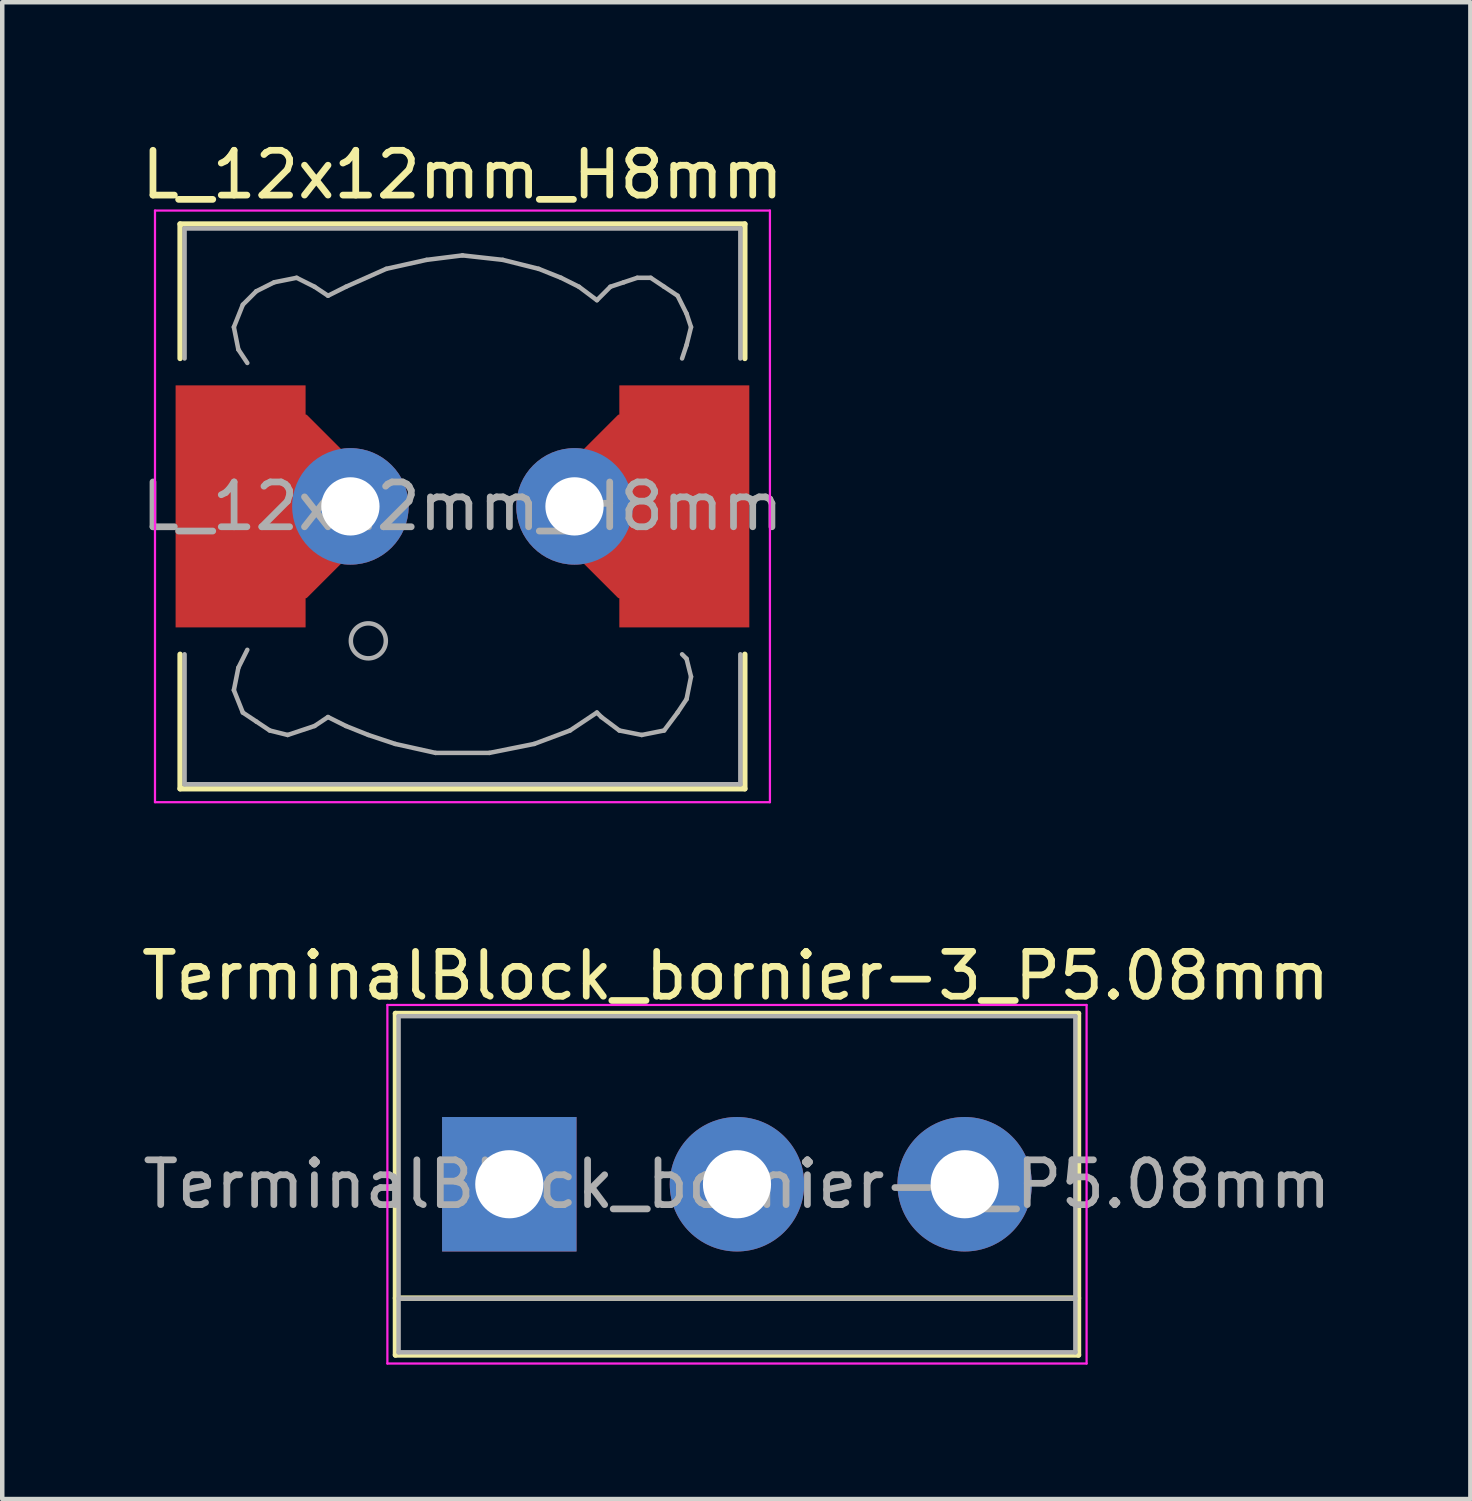
<source format=kicad_pcb>
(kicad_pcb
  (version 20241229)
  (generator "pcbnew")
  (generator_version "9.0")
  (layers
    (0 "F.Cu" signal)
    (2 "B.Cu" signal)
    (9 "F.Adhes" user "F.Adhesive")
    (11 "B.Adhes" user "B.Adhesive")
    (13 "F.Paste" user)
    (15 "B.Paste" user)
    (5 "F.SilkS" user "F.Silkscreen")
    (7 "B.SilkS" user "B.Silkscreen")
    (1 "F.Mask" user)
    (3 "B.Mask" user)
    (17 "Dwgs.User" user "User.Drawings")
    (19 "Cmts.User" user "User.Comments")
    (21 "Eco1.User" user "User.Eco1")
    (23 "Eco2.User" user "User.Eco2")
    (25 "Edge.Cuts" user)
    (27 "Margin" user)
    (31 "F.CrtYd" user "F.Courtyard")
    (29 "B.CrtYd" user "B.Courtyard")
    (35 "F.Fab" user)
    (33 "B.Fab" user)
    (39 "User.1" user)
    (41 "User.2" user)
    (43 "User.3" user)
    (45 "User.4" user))
  (footprint "TerminalBlock_bornier-3_P5.08mm"
    (layer "F.Cu")
    (at 8.313 23.372)
    (property "Reference" "TerminalBlock_bornier-3_P5.08mm" (at 5.05 -4.65 0) (layer "F.SilkS") (effects (font (size 1 1) (thickness 0.15))))
    (attr through_hole)
    (fp_line (start -2.54 -3.81) (end 12.7 -3.81) (stroke (width 0.12) (type solid)) (layer "F.SilkS"))
    (fp_line (start -2.54 2.54) (end 12.7 2.54) (stroke (width 0.12) (type solid)) (layer "F.SilkS"))
    (fp_line (start -2.54 3.81) (end -2.54 -3.81) (stroke (width 0.12) (type solid)) (layer "F.SilkS"))
    (fp_line (start -2.54 3.81) (end 12.7 3.81) (stroke (width 0.12) (type solid)) (layer "F.SilkS"))
    (fp_line (start 12.7 3.81) (end 12.7 -3.81) (stroke (width 0.12) (type solid)) (layer "F.SilkS"))
    (fp_line (start -2.72 -4) (end -2.72 4) (stroke (width 0.05) (type solid)) (layer "F.CrtYd"))
    (fp_line (start -2.72 -4) (end 12.88 -4) (stroke (width 0.05) (type solid)) (layer "F.CrtYd"))
    (fp_line (start 12.88 4) (end -2.72 4) (stroke (width 0.05) (type solid)) (layer "F.CrtYd"))
    (fp_line (start 12.88 4) (end 12.88 -4) (stroke (width 0.05) (type solid)) (layer "F.CrtYd"))
    (fp_line (start -2.47 -3.75) (end 12.63 -3.75) (stroke (width 0.1) (type solid)) (layer "F.Fab"))
    (fp_line (start -2.47 2.55) (end 12.63 2.55) (stroke (width 0.1) (type solid)) (layer "F.Fab"))
    (fp_line (start -2.47 3.75) (end -2.47 -3.75) (stroke (width 0.1) (type solid)) (layer "F.Fab"))
    (fp_line (start 12.63 -3.75) (end 12.63 3.75) (stroke (width 0.1) (type solid)) (layer "F.Fab"))
    (fp_line (start 12.63 3.75) (end -2.47 3.75) (stroke (width 0.1) (type solid)) (layer "F.Fab"))
    (fp_text user "${REFERENCE}" (at 5.08 0 0) (layer "F.Fab") (effects (font (size 1 1) (thickness 0.15))))
    (pad "1" thru_hole rect (at 0 0) (size 3 3) (drill 1.52) (layers "*.Cu" "*.Mask"))
    (pad "2" thru_hole circle (at 5.08 0) (size 3 3) (drill 1.52) (layers "*.Cu" "*.Mask"))
    (pad "3" thru_hole circle (at 10.16 0) (size 3 3) (drill 1.52) (layers "*.Cu" "*.Mask")))
  (footprint "L_12x12mm_H8mm"
    (layer "F.Cu")
    (at 7.268 8.248)
    (property "Reference" "L_12x12mm_H8mm" (at 0 -7.4 0) (layer "F.SilkS") (effects (font (size 1 1) (thickness 0.15))))
    (attr smd)
    (fp_poly (pts (xy -2.5 -1) (xy -3.5 -0.5) (xy -3.5 -2)) (stroke (width 0.1) (type solid)) (fill yes) (layer "F.Cu"))
    (fp_poly (pts (xy -2.5 1) (xy -3.5 2) (xy -3.5 0.5)) (stroke (width 0.1) (type solid)) (fill yes) (layer "F.Cu"))
    (fp_poly (pts (xy 3.5 -0.5) (xy 2.5 -1) (xy 3.5 -2)) (stroke (width 0.1) (type solid)) (fill yes) (layer "F.Cu"))
    (fp_poly (pts (xy 3.5 2) (xy 2.5 1) (xy 3.5 0.5)) (stroke (width 0.1) (type solid)) (fill yes) (layer "F.Cu"))
    (fp_line (start -6.3 -6.3) (end 6.3 -6.3) (stroke (width 0.12) (type solid)) (layer "F.SilkS"))
    (fp_line (start -6.3 -3.3) (end -6.3 -6.3) (stroke (width 0.12) (type solid)) (layer "F.SilkS"))
    (fp_line (start -6.3 6.3) (end -6.3 3.3) (stroke (width 0.12) (type solid)) (layer "F.SilkS"))
    (fp_line (start 6.3 -6.3) (end 6.3 -3.3) (stroke (width 0.12) (type solid)) (layer "F.SilkS"))
    (fp_line (start 6.3 3.3) (end 6.3 6.3) (stroke (width 0.12) (type solid)) (layer "F.SilkS"))
    (fp_line (start 6.3 6.3) (end -6.3 6.3) (stroke (width 0.12) (type solid)) (layer "F.SilkS"))
    (fp_line (start -6.86 -6.6) (end 6.86 -6.6) (stroke (width 0.05) (type solid)) (layer "F.CrtYd"))
    (fp_line (start -6.86 6.6) (end -6.86 -6.6) (stroke (width 0.05) (type solid)) (layer "F.CrtYd"))
    (fp_line (start 6.86 -6.6) (end 6.86 6.6) (stroke (width 0.05) (type solid)) (layer "F.CrtYd"))
    (fp_line (start 6.86 6.6) (end -6.86 6.6) (stroke (width 0.05) (type solid)) (layer "F.CrtYd"))
    (fp_line (start -6.2 -6.2) (end -6.2 -3.3) (stroke (width 0.1) (type solid)) (layer "F.Fab"))
    (fp_line (start -6.2 3.3) (end -6.2 6.2) (stroke (width 0.1) (type solid)) (layer "F.Fab"))
    (fp_line (start -6.2 6.2) (end 6.2 6.2) (stroke (width 0.1) (type solid)) (layer "F.Fab"))
    (fp_line (start -5.1 -4) (end -5 -3.5) (stroke (width 0.1) (type solid)) (layer "F.Fab"))
    (fp_line (start -5.1 4.1) (end -5 3.6) (stroke (width 0.1) (type solid)) (layer "F.Fab"))
    (fp_line (start -5 -3.5) (end -4.8 -3.2) (stroke (width 0.1) (type solid)) (layer "F.Fab"))
    (fp_line (start -5 3.6) (end -4.8 3.2) (stroke (width 0.1) (type solid)) (layer "F.Fab"))
    (fp_line (start -4.9 -4.5) (end -5.1 -4) (stroke (width 0.1) (type solid)) (layer "F.Fab"))
    (fp_line (start -4.9 4.6) (end -5.1 4.1) (stroke (width 0.1) (type solid)) (layer "F.Fab"))
    (fp_line (start -4.6 -4.8) (end -4.9 -4.5) (stroke (width 0.1) (type solid)) (layer "F.Fab"))
    (fp_line (start -4.6 4.8) (end -4.9 4.6) (stroke (width 0.1) (type solid)) (layer "F.Fab"))
    (fp_line (start -4.3 5) (end -4.6 4.8) (stroke (width 0.1) (type solid)) (layer "F.Fab"))
    (fp_line (start -4.2 -5) (end -4.6 -4.8) (stroke (width 0.1) (type solid)) (layer "F.Fab"))
    (fp_line (start -3.9 5.1) (end -4.3 5) (stroke (width 0.1) (type solid)) (layer "F.Fab"))
    (fp_line (start -3.7 -5.1) (end -4.2 -5) (stroke (width 0.1) (type solid)) (layer "F.Fab"))
    (fp_line (start -3.3 -4.9) (end -3.7 -5.1) (stroke (width 0.1) (type solid)) (layer "F.Fab"))
    (fp_line (start -3.3 4.9) (end -3.9 5.1) (stroke (width 0.1) (type solid)) (layer "F.Fab"))
    (fp_line (start -3 -4.7) (end -3.3 -4.9) (stroke (width 0.1) (type solid)) (layer "F.Fab"))
    (fp_line (start -3 4.7) (end -3.3 4.9) (stroke (width 0.1) (type solid)) (layer "F.Fab"))
    (fp_line (start -2.6 -4.9) (end -3 -4.7) (stroke (width 0.1) (type solid)) (layer "F.Fab"))
    (fp_line (start -2.6 4.9) (end -3 4.7) (stroke (width 0.1) (type solid)) (layer "F.Fab"))
    (fp_line (start -2.1 5.1) (end -2.6 4.9) (stroke (width 0.1) (type solid)) (layer "F.Fab"))
    (fp_line (start -1.7 -5.3) (end -2.6 -4.9) (stroke (width 0.1) (type solid)) (layer "F.Fab"))
    (fp_line (start -1.5 5.3) (end -2.1 5.1) (stroke (width 0.1) (type solid)) (layer "F.Fab"))
    (fp_line (start -0.8 -5.5) (end -1.7 -5.3) (stroke (width 0.1) (type solid)) (layer "F.Fab"))
    (fp_line (start -0.6 5.5) (end -1.5 5.3) (stroke (width 0.1) (type solid)) (layer "F.Fab"))
    (fp_line (start 0 -5.6) (end -0.8 -5.5) (stroke (width 0.1) (type solid)) (layer "F.Fab"))
    (fp_line (start 0.6 5.5) (end -0.6 5.5) (stroke (width 0.1) (type solid)) (layer "F.Fab"))
    (fp_line (start 0.9 -5.5) (end 0 -5.6) (stroke (width 0.1) (type solid)) (layer "F.Fab"))
    (fp_line (start 1.6 5.3) (end 0.6 5.5) (stroke (width 0.1) (type solid)) (layer "F.Fab"))
    (fp_line (start 1.7 -5.3) (end 0.9 -5.5) (stroke (width 0.1) (type solid)) (layer "F.Fab"))
    (fp_line (start 2.2 -5.1) (end 1.7 -5.3) (stroke (width 0.1) (type solid)) (layer "F.Fab"))
    (fp_line (start 2.4 5) (end 1.6 5.3) (stroke (width 0.1) (type solid)) (layer "F.Fab"))
    (fp_line (start 2.6 -4.9) (end 2.2 -5.1) (stroke (width 0.1) (type solid)) (layer "F.Fab"))
    (fp_line (start 3 -4.6) (end 2.6 -4.9) (stroke (width 0.1) (type solid)) (layer "F.Fab"))
    (fp_line (start 3 4.6) (end 2.4 5) (stroke (width 0.1) (type solid)) (layer "F.Fab"))
    (fp_line (start 3.1 4.7) (end 3 4.6) (stroke (width 0.1) (type solid)) (layer "F.Fab"))
    (fp_line (start 3.3 -4.9) (end 3 -4.6) (stroke (width 0.1) (type solid)) (layer "F.Fab"))
    (fp_line (start 3.5 5) (end 3.1 4.7) (stroke (width 0.1) (type solid)) (layer "F.Fab"))
    (fp_line (start 3.6 -5) (end 3.3 -4.9) (stroke (width 0.1) (type solid)) (layer "F.Fab"))
    (fp_line (start 3.9 -5.1) (end 3.6 -5) (stroke (width 0.1) (type solid)) (layer "F.Fab"))
    (fp_line (start 4 5.1) (end 3.5 5) (stroke (width 0.1) (type solid)) (layer "F.Fab"))
    (fp_line (start 4.2 -5.1) (end 3.9 -5.1) (stroke (width 0.1) (type solid)) (layer "F.Fab"))
    (fp_line (start 4.5 -4.9) (end 4.2 -5.1) (stroke (width 0.1) (type solid)) (layer "F.Fab"))
    (fp_line (start 4.5 5) (end 4 5.1) (stroke (width 0.1) (type solid)) (layer "F.Fab"))
    (fp_line (start 4.8 -4.7) (end 4.5 -4.9) (stroke (width 0.1) (type solid)) (layer "F.Fab"))
    (fp_line (start 4.8 4.6) (end 4.5 5) (stroke (width 0.1) (type solid)) (layer "F.Fab"))
    (fp_line (start 4.9 -3.3) (end 5 -3.6) (stroke (width 0.1) (type solid)) (layer "F.Fab"))
    (fp_line (start 4.9 3.3) (end 5 3.4) (stroke (width 0.1) (type solid)) (layer "F.Fab"))
    (fp_line (start 5 -4.3) (end 4.8 -4.7) (stroke (width 0.1) (type solid)) (layer "F.Fab"))
    (fp_line (start 5 -3.6) (end 5.1 -4) (stroke (width 0.1) (type solid)) (layer "F.Fab"))
    (fp_line (start 5 3.4) (end 5.1 3.8) (stroke (width 0.1) (type solid)) (layer "F.Fab"))
    (fp_line (start 5 4.3) (end 4.8 4.6) (stroke (width 0.1) (type solid)) (layer "F.Fab"))
    (fp_line (start 5.1 -4) (end 5 -4.3) (stroke (width 0.1) (type solid)) (layer "F.Fab"))
    (fp_line (start 5.1 3.8) (end 5 4.3) (stroke (width 0.1) (type solid)) (layer "F.Fab"))
    (fp_line (start 6.2 -6.2) (end -6.2 -6.2) (stroke (width 0.1) (type solid)) (layer "F.Fab"))
    (fp_line (start 6.2 -6.2) (end 6.2 -3.3) (stroke (width 0.1) (type solid)) (layer "F.Fab"))
    (fp_line (start 6.2 6.2) (end 6.2 3.3) (stroke (width 0.1) (type solid)) (layer "F.Fab"))
    (fp_circle (center -2.1 3) (end -1.8 3.25) (stroke (width 0.1) (type solid)) (fill no) (layer "F.Fab"))
    (fp_text user "${REFERENCE}" (at 0 0 0) (layer "F.Fab") (effects (font (size 1 1) (thickness 0.15))))
    (pad "1" smd rect (at -4.95 0) (size 2.9 5.4) (layers "F.Cu" "F.Mask" "F.Paste"))
    (pad "1" thru_hole circle (at -2.5 0) (size 2.6 2.6) (drill 1.3) (layers "*.Cu" "*.Mask"))
    (pad "2" thru_hole circle (at 2.5 0) (size 2.6 2.6) (drill 1.3) (layers "*.Cu" "*.Mask"))
    (pad "2" smd rect (at 4.95 0) (size 2.9 5.4) (layers "F.Cu" "F.Mask" "F.Paste")))
  (gr_rect
    (start -3 -3)
    (end 29.756 30.396)
    (stroke (width 0.1) (type default))
    (fill no)
    (layer "Edge.Cuts")))
</source>
